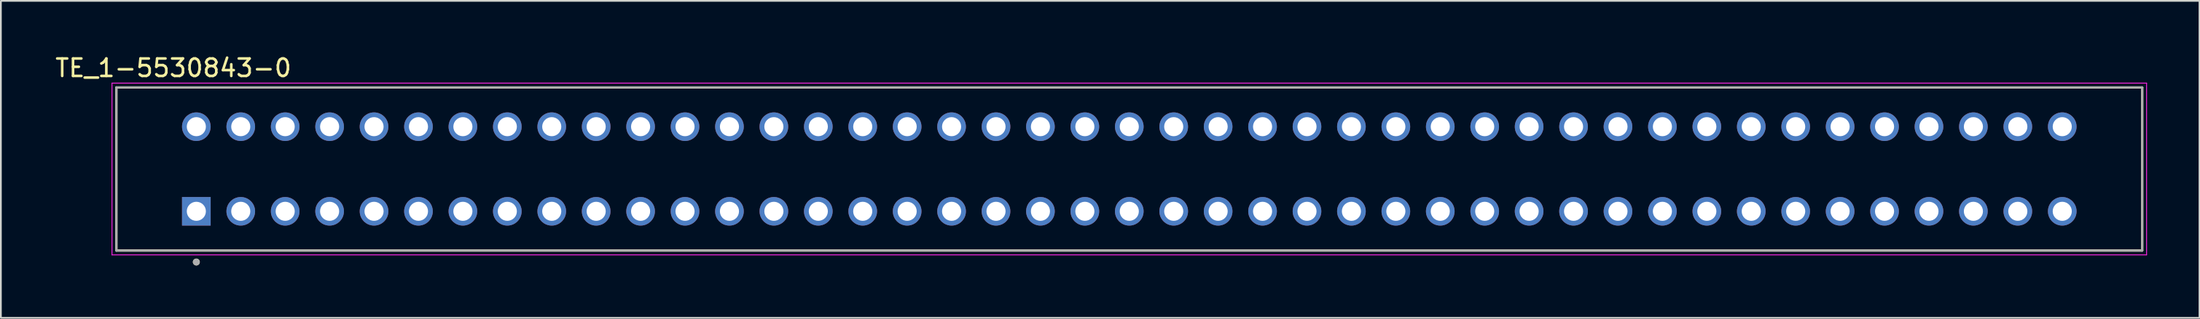
<source format=kicad_pcb>
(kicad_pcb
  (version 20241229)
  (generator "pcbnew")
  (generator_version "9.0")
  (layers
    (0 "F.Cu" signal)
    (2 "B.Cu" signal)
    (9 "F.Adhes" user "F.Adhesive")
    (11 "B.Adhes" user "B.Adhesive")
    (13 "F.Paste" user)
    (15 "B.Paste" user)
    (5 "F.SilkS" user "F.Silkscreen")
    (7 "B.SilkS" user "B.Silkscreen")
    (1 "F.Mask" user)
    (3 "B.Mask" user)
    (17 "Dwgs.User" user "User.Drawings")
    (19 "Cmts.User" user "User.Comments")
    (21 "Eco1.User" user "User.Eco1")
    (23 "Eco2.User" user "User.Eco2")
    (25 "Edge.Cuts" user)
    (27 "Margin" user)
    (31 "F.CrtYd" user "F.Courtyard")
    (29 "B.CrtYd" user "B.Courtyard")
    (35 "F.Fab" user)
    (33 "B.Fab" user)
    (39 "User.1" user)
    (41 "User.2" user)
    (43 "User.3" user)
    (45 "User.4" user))
  (footprint "TE_1-5530843-0"
    (layer "F.Cu")
    (at 61.515 6.639)
    (property "Reference" "TE_1-5530843-0" (at -54.652 -5.791 0) (layer "F.SilkS") (effects (font (size 1 1) (thickness 0.15))))
    (attr through_hole)
    (fp_line (start -57.912 -4.674) (end -57.912 4.674) (stroke (width 0.127) (type solid)) (layer "F.SilkS"))
    (fp_line (start -57.912 4.674) (end 57.912 4.674) (stroke (width 0.127) (type solid)) (layer "F.SilkS"))
    (fp_line (start 57.912 -4.674) (end -57.912 -4.674) (stroke (width 0.127) (type solid)) (layer "F.SilkS"))
    (fp_line (start 57.912 4.674) (end 57.912 -4.674) (stroke (width 0.127) (type solid)) (layer "F.SilkS"))
    (fp_circle (center -53.34 5.334) (end -53.24 5.334) (stroke (width 0.2) (type solid)) (fill no) (layer "F.SilkS"))
    (fp_line (start -58.162 -4.924) (end -58.162 4.924) (stroke (width 0.05) (type solid)) (layer "F.CrtYd"))
    (fp_line (start -58.162 4.924) (end 58.162 4.924) (stroke (width 0.05) (type solid)) (layer "F.CrtYd"))
    (fp_line (start 58.162 -4.924) (end -58.162 -4.924) (stroke (width 0.05) (type solid)) (layer "F.CrtYd"))
    (fp_line (start 58.162 4.924) (end 58.162 -4.924) (stroke (width 0.05) (type solid)) (layer "F.CrtYd"))
    (fp_line (start -57.912 -4.674) (end -57.912 4.674) (stroke (width 0.127) (type solid)) (layer "F.Fab"))
    (fp_line (start -57.912 4.674) (end 57.912 4.674) (stroke (width 0.127) (type solid)) (layer "F.Fab"))
    (fp_line (start 57.912 -4.674) (end -57.912 -4.674) (stroke (width 0.127) (type solid)) (layer "F.Fab"))
    (fp_line (start 57.912 4.674) (end 57.912 -4.674) (stroke (width 0.127) (type solid)) (layer "F.Fab"))
    (fp_circle (center -53.34 5.334) (end -53.24 5.334) (stroke (width 0.2) (type solid)) (fill no) (layer "F.Fab"))
    (pad "1" thru_hole rect (at -53.34 2.426) (size 1.638 1.638) (drill 1.092) (layers "*.Cu" "*.Mask"))
    (pad "2" thru_hole circle (at -53.34 -2.426) (size 1.638 1.638) (drill 1.092) (layers "*.Cu" "*.Mask"))
    (pad "3" thru_hole circle (at -50.8 2.426) (size 1.638 1.638) (drill 1.092) (layers "*.Cu" "*.Mask"))
    (pad "4" thru_hole circle (at -50.8 -2.426) (size 1.638 1.638) (drill 1.092) (layers "*.Cu" "*.Mask"))
    (pad "5" thru_hole circle (at -48.26 2.426) (size 1.638 1.638) (drill 1.092) (layers "*.Cu" "*.Mask"))
    (pad "6" thru_hole circle (at -48.26 -2.426) (size 1.638 1.638) (drill 1.092) (layers "*.Cu" "*.Mask"))
    (pad "7" thru_hole circle (at -45.72 2.426) (size 1.638 1.638) (drill 1.092) (layers "*.Cu" "*.Mask"))
    (pad "8" thru_hole circle (at -45.72 -2.426) (size 1.638 1.638) (drill 1.092) (layers "*.Cu" "*.Mask"))
    (pad "9" thru_hole circle (at -43.18 2.426) (size 1.638 1.638) (drill 1.092) (layers "*.Cu" "*.Mask"))
    (pad "10" thru_hole circle (at -43.18 -2.426) (size 1.638 1.638) (drill 1.092) (layers "*.Cu" "*.Mask"))
    (pad "11" thru_hole circle (at -40.64 2.426) (size 1.638 1.638) (drill 1.092) (layers "*.Cu" "*.Mask"))
    (pad "12" thru_hole circle (at -40.64 -2.426) (size 1.638 1.638) (drill 1.092) (layers "*.Cu" "*.Mask"))
    (pad "13" thru_hole circle (at -38.1 2.426) (size 1.638 1.638) (drill 1.092) (layers "*.Cu" "*.Mask"))
    (pad "14" thru_hole circle (at -38.1 -2.426) (size 1.638 1.638) (drill 1.092) (layers "*.Cu" "*.Mask"))
    (pad "15" thru_hole circle (at -35.56 2.426) (size 1.638 1.638) (drill 1.092) (layers "*.Cu" "*.Mask"))
    (pad "16" thru_hole circle (at -35.56 -2.426) (size 1.638 1.638) (drill 1.092) (layers "*.Cu" "*.Mask"))
    (pad "17" thru_hole circle (at -33.02 2.426) (size 1.638 1.638) (drill 1.092) (layers "*.Cu" "*.Mask"))
    (pad "18" thru_hole circle (at -33.02 -2.426) (size 1.638 1.638) (drill 1.092) (layers "*.Cu" "*.Mask"))
    (pad "19" thru_hole circle (at -30.48 2.426) (size 1.638 1.638) (drill 1.092) (layers "*.Cu" "*.Mask"))
    (pad "20" thru_hole circle (at -30.48 -2.426) (size 1.638 1.638) (drill 1.092) (layers "*.Cu" "*.Mask"))
    (pad "21" thru_hole circle (at -27.94 2.426) (size 1.638 1.638) (drill 1.092) (layers "*.Cu" "*.Mask"))
    (pad "22" thru_hole circle (at -27.94 -2.426) (size 1.638 1.638) (drill 1.092) (layers "*.Cu" "*.Mask"))
    (pad "23" thru_hole circle (at -25.4 2.426) (size 1.638 1.638) (drill 1.092) (layers "*.Cu" "*.Mask"))
    (pad "24" thru_hole circle (at -25.4 -2.426) (size 1.638 1.638) (drill 1.092) (layers "*.Cu" "*.Mask"))
    (pad "25" thru_hole circle (at -22.86 2.426) (size 1.638 1.638) (drill 1.092) (layers "*.Cu" "*.Mask"))
    (pad "26" thru_hole circle (at -22.86 -2.426) (size 1.638 1.638) (drill 1.092) (layers "*.Cu" "*.Mask"))
    (pad "27" thru_hole circle (at -20.32 2.426) (size 1.638 1.638) (drill 1.092) (layers "*.Cu" "*.Mask"))
    (pad "28" thru_hole circle (at -20.32 -2.426) (size 1.638 1.638) (drill 1.092) (layers "*.Cu" "*.Mask"))
    (pad "29" thru_hole circle (at -17.78 2.426) (size 1.638 1.638) (drill 1.092) (layers "*.Cu" "*.Mask"))
    (pad "30" thru_hole circle (at -17.78 -2.426) (size 1.638 1.638) (drill 1.092) (layers "*.Cu" "*.Mask"))
    (pad "31" thru_hole circle (at -15.24 2.426) (size 1.638 1.638) (drill 1.092) (layers "*.Cu" "*.Mask"))
    (pad "32" thru_hole circle (at -15.24 -2.426) (size 1.638 1.638) (drill 1.092) (layers "*.Cu" "*.Mask"))
    (pad "33" thru_hole circle (at -12.7 2.426) (size 1.638 1.638) (drill 1.092) (layers "*.Cu" "*.Mask"))
    (pad "34" thru_hole circle (at -12.7 -2.426) (size 1.638 1.638) (drill 1.092) (layers "*.Cu" "*.Mask"))
    (pad "35" thru_hole circle (at -10.16 2.426) (size 1.638 1.638) (drill 1.092) (layers "*.Cu" "*.Mask"))
    (pad "36" thru_hole circle (at -10.16 -2.426) (size 1.638 1.638) (drill 1.092) (layers "*.Cu" "*.Mask"))
    (pad "37" thru_hole circle (at -7.62 2.426) (size 1.638 1.638) (drill 1.092) (layers "*.Cu" "*.Mask"))
    (pad "38" thru_hole circle (at -7.62 -2.426) (size 1.638 1.638) (drill 1.092) (layers "*.Cu" "*.Mask"))
    (pad "39" thru_hole circle (at -5.08 2.426) (size 1.638 1.638) (drill 1.092) (layers "*.Cu" "*.Mask"))
    (pad "40" thru_hole circle (at -5.08 -2.426) (size 1.638 1.638) (drill 1.092) (layers "*.Cu" "*.Mask"))
    (pad "41" thru_hole circle (at -2.54 2.426) (size 1.638 1.638) (drill 1.092) (layers "*.Cu" "*.Mask"))
    (pad "42" thru_hole circle (at -2.54 -2.426) (size 1.638 1.638) (drill 1.092) (layers "*.Cu" "*.Mask"))
    (pad "43" thru_hole circle (at 0 2.426) (size 1.638 1.638) (drill 1.092) (layers "*.Cu" "*.Mask"))
    (pad "44" thru_hole circle (at 0 -2.426) (size 1.638 1.638) (drill 1.092) (layers "*.Cu" "*.Mask"))
    (pad "45" thru_hole circle (at 2.54 2.426) (size 1.638 1.638) (drill 1.092) (layers "*.Cu" "*.Mask"))
    (pad "46" thru_hole circle (at 2.54 -2.426) (size 1.638 1.638) (drill 1.092) (layers "*.Cu" "*.Mask"))
    (pad "47" thru_hole circle (at 5.08 2.426) (size 1.638 1.638) (drill 1.092) (layers "*.Cu" "*.Mask"))
    (pad "48" thru_hole circle (at 5.08 -2.426) (size 1.638 1.638) (drill 1.092) (layers "*.Cu" "*.Mask"))
    (pad "49" thru_hole circle (at 7.62 2.426) (size 1.638 1.638) (drill 1.092) (layers "*.Cu" "*.Mask"))
    (pad "50" thru_hole circle (at 7.62 -2.426) (size 1.638 1.638) (drill 1.092) (layers "*.Cu" "*.Mask"))
    (pad "51" thru_hole circle (at 10.16 2.426) (size 1.638 1.638) (drill 1.092) (layers "*.Cu" "*.Mask"))
    (pad "52" thru_hole circle (at 10.16 -2.426) (size 1.638 1.638) (drill 1.092) (layers "*.Cu" "*.Mask"))
    (pad "53" thru_hole circle (at 12.7 2.426) (size 1.638 1.638) (drill 1.092) (layers "*.Cu" "*.Mask"))
    (pad "54" thru_hole circle (at 12.7 -2.426) (size 1.638 1.638) (drill 1.092) (layers "*.Cu" "*.Mask"))
    (pad "55" thru_hole circle (at 15.24 2.426) (size 1.638 1.638) (drill 1.092) (layers "*.Cu" "*.Mask"))
    (pad "56" thru_hole circle (at 15.24 -2.426) (size 1.638 1.638) (drill 1.092) (layers "*.Cu" "*.Mask"))
    (pad "57" thru_hole circle (at 17.78 2.426) (size 1.638 1.638) (drill 1.092) (layers "*.Cu" "*.Mask"))
    (pad "58" thru_hole circle (at 17.78 -2.426) (size 1.638 1.638) (drill 1.092) (layers "*.Cu" "*.Mask"))
    (pad "59" thru_hole circle (at 20.32 2.426) (size 1.638 1.638) (drill 1.092) (layers "*.Cu" "*.Mask"))
    (pad "60" thru_hole circle (at 20.32 -2.426) (size 1.638 1.638) (drill 1.092) (layers "*.Cu" "*.Mask"))
    (pad "61" thru_hole circle (at 22.86 2.426) (size 1.638 1.638) (drill 1.092) (layers "*.Cu" "*.Mask"))
    (pad "62" thru_hole circle (at 22.86 -2.426) (size 1.638 1.638) (drill 1.092) (layers "*.Cu" "*.Mask"))
    (pad "63" thru_hole circle (at 25.4 2.426) (size 1.638 1.638) (drill 1.092) (layers "*.Cu" "*.Mask"))
    (pad "64" thru_hole circle (at 25.4 -2.426) (size 1.638 1.638) (drill 1.092) (layers "*.Cu" "*.Mask"))
    (pad "65" thru_hole circle (at 27.94 2.426) (size 1.638 1.638) (drill 1.092) (layers "*.Cu" "*.Mask"))
    (pad "66" thru_hole circle (at 27.94 -2.426) (size 1.638 1.638) (drill 1.092) (layers "*.Cu" "*.Mask"))
    (pad "67" thru_hole circle (at 30.48 2.426) (size 1.638 1.638) (drill 1.092) (layers "*.Cu" "*.Mask"))
    (pad "68" thru_hole circle (at 30.48 -2.426) (size 1.638 1.638) (drill 1.092) (layers "*.Cu" "*.Mask"))
    (pad "69" thru_hole circle (at 33.02 2.426) (size 1.638 1.638) (drill 1.092) (layers "*.Cu" "*.Mask"))
    (pad "70" thru_hole circle (at 33.02 -2.426) (size 1.638 1.638) (drill 1.092) (layers "*.Cu" "*.Mask"))
    (pad "71" thru_hole circle (at 35.56 2.426) (size 1.638 1.638) (drill 1.092) (layers "*.Cu" "*.Mask"))
    (pad "72" thru_hole circle (at 35.56 -2.426) (size 1.638 1.638) (drill 1.092) (layers "*.Cu" "*.Mask"))
    (pad "73" thru_hole circle (at 38.1 2.426) (size 1.638 1.638) (drill 1.092) (layers "*.Cu" "*.Mask"))
    (pad "74" thru_hole circle (at 38.1 -2.426) (size 1.638 1.638) (drill 1.092) (layers "*.Cu" "*.Mask"))
    (pad "75" thru_hole circle (at 40.64 2.426) (size 1.638 1.638) (drill 1.092) (layers "*.Cu" "*.Mask"))
    (pad "76" thru_hole circle (at 40.64 -2.426) (size 1.638 1.638) (drill 1.092) (layers "*.Cu" "*.Mask"))
    (pad "77" thru_hole circle (at 43.18 2.426) (size 1.638 1.638) (drill 1.092) (layers "*.Cu" "*.Mask"))
    (pad "78" thru_hole circle (at 43.18 -2.426) (size 1.638 1.638) (drill 1.092) (layers "*.Cu" "*.Mask"))
    (pad "79" thru_hole circle (at 45.72 2.426) (size 1.638 1.638) (drill 1.092) (layers "*.Cu" "*.Mask"))
    (pad "80" thru_hole circle (at 45.72 -2.426) (size 1.638 1.638) (drill 1.092) (layers "*.Cu" "*.Mask"))
    (pad "81" thru_hole circle (at 48.26 2.426) (size 1.638 1.638) (drill 1.092) (layers "*.Cu" "*.Mask"))
    (pad "82" thru_hole circle (at 48.26 -2.426) (size 1.638 1.638) (drill 1.092) (layers "*.Cu" "*.Mask"))
    (pad "83" thru_hole circle (at 50.8 2.426) (size 1.638 1.638) (drill 1.092) (layers "*.Cu" "*.Mask"))
    (pad "84" thru_hole circle (at 50.8 -2.426) (size 1.638 1.638) (drill 1.092) (layers "*.Cu" "*.Mask"))
    (pad "85" thru_hole circle (at 53.34 2.426) (size 1.638 1.638) (drill 1.092) (layers "*.Cu" "*.Mask"))
    (pad "86" thru_hole circle (at 53.34 -2.426) (size 1.638 1.638) (drill 1.092) (layers "*.Cu" "*.Mask")))
  (gr_rect
    (start -3 -3)
    (end 122.702 15.173)
    (stroke (width 0.1) (type default))
    (fill no)
    (layer "Edge.Cuts")))
</source>
